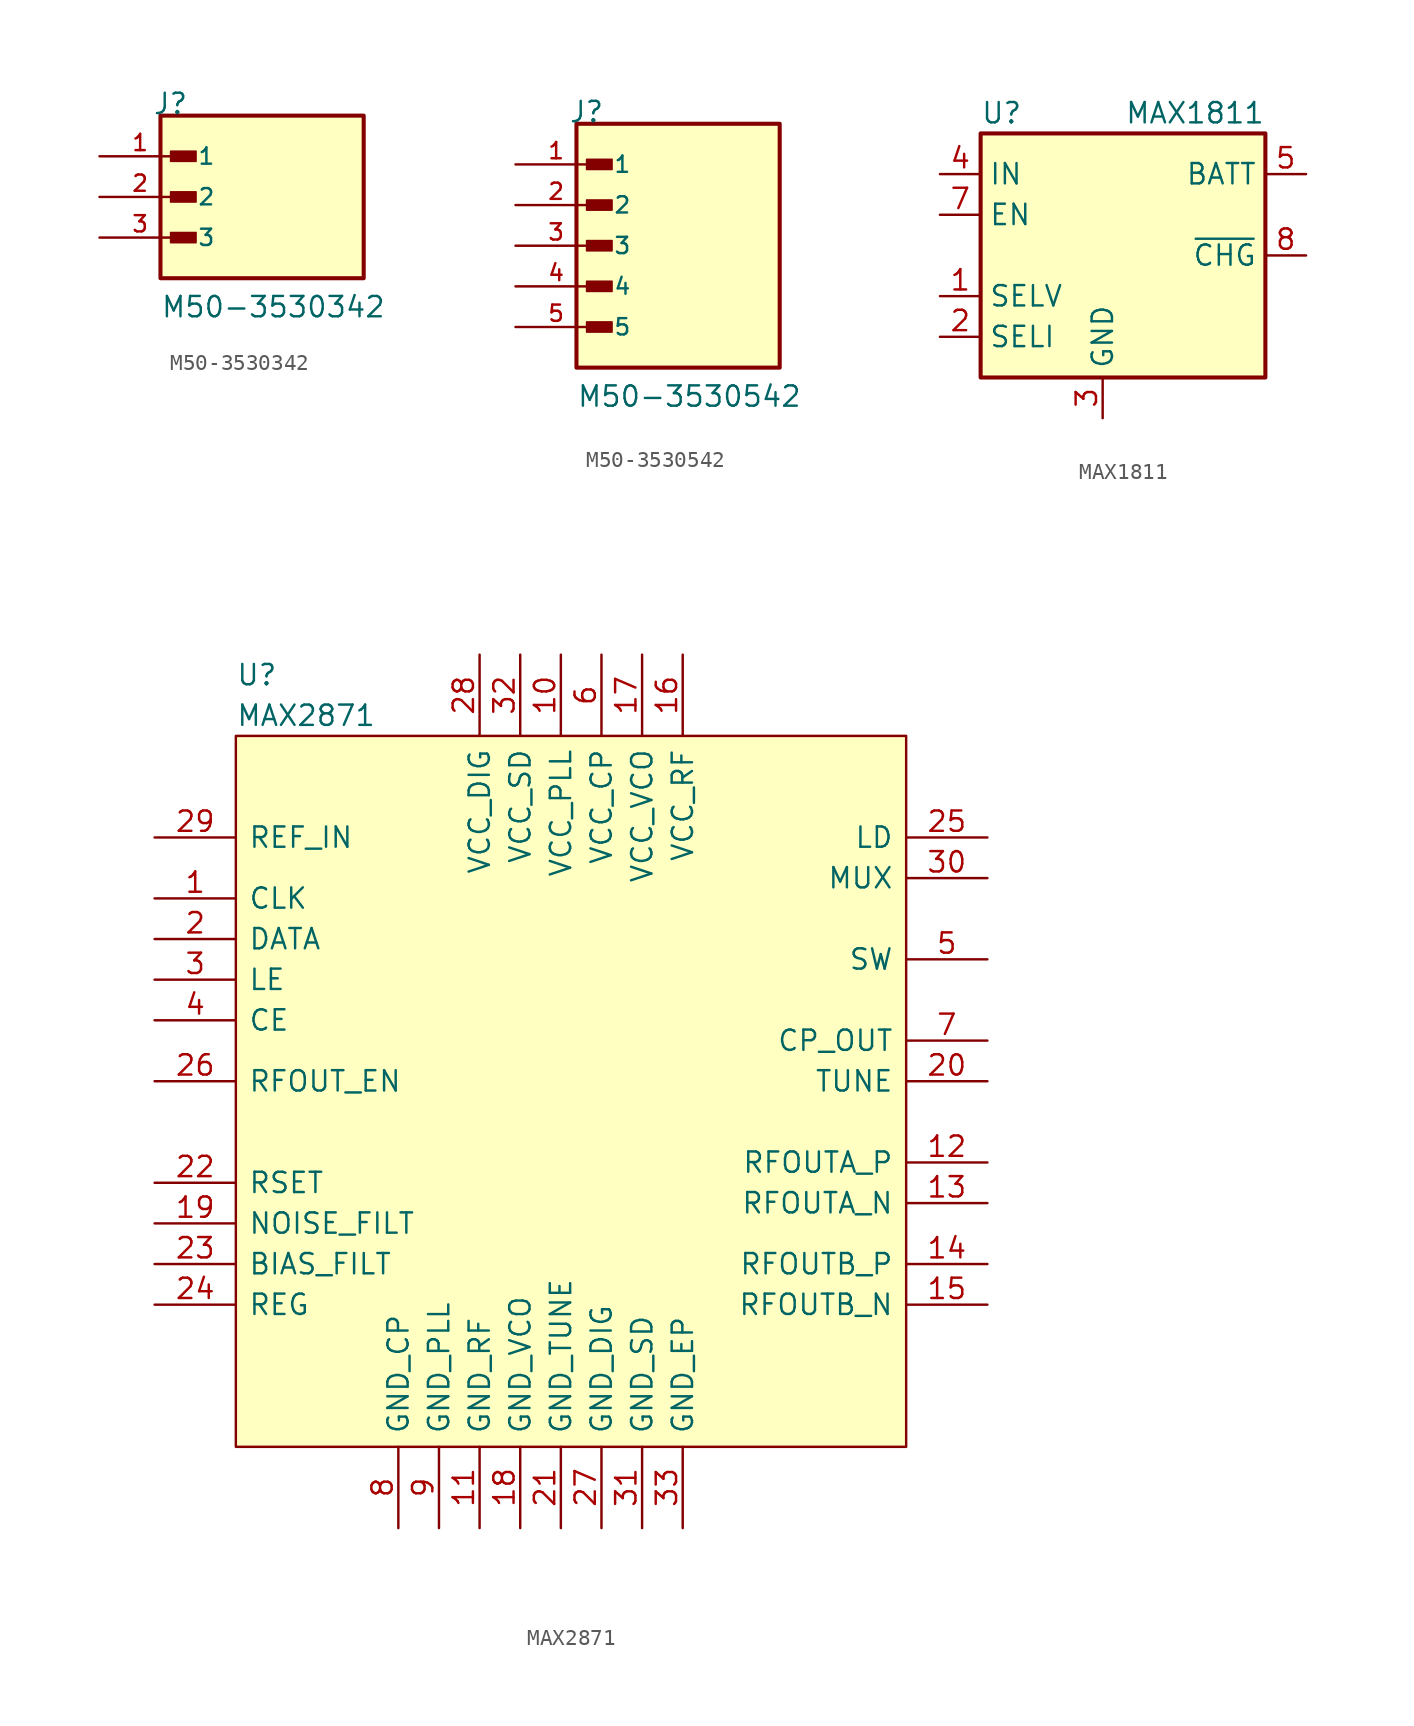
<source format=kicad_sym>
(kicad_symbol_lib
  (version 20231120)
  (generator "kicad_symbol_editor")
  (generator_version "8.0")
  (symbol "M50-3530342"
    (pin_names
      (offset 1.016))
    (property "Reference" "J"
      (at -6.85 5.08 0)
      (effects (font (size 1.27 1.27)) (justify left bottom)))
    (property "Value" "M50-3530342"
      (at -6.35 -7.62 0)
      (effects (font (size 1.27 1.27)) (justify left bottom)))
    (symbol "M50-3530342_0_0"
      (rectangle (start -6.35 -5.08) (end 6.35 5.08) (stroke (width 0.254) (type default)) (fill (type background)))
      (rectangle (start -5.715 -2.857) (end -4.128 -2.223) (stroke (width 0.1) (type default)) (fill (type outline)))
      (rectangle (start -5.715 -0.318) (end -4.128 0.318) (stroke (width 0.1) (type default)) (fill (type outline)))
      (rectangle (start -5.715 2.223) (end -4.128 2.857) (stroke (width 0.1) (type default)) (fill (type outline)))
      (pin passive line (at -10.16 2.54 0) (length 5.08) (name "1" (effects (font (size 1.016 1.016)))) (number "1" (effects (font (size 1.016 1.016)))))
      (pin passive line (at -10.16 0 0) (length 5.08) (name "2" (effects (font (size 1.016 1.016)))) (number "2" (effects (font (size 1.016 1.016)))))
      (pin passive line (at -10.16 -2.54 0) (length 5.08) (name "3" (effects (font (size 1.016 1.016)))) (number "3" (effects (font (size 1.016 1.016)))))))
  (symbol "M50-3530542"
    (pin_names
      (offset 1.016))
    (property "Reference" "J"
      (at -6.85 7.62 0)
      (effects (font (size 1.27 1.27)) (justify left bottom)))
    (property "Value" "M50-3530542"
      (at -6.35 -10.16 0)
      (effects (font (size 1.27 1.27)) (justify left bottom)))
    (symbol "M50-3530542_0_0"
      (rectangle (start -6.35 -7.62) (end 6.35 7.62) (stroke (width 0.254) (type default)) (fill (type background)))
      (rectangle (start -5.715 -5.397) (end -4.128 -4.763) (stroke (width 0.1) (type default)) (fill (type outline)))
      (rectangle (start -5.715 -2.857) (end -4.128 -2.223) (stroke (width 0.1) (type default)) (fill (type outline)))
      (rectangle (start -5.715 -0.318) (end -4.128 0.318) (stroke (width 0.1) (type default)) (fill (type outline)))
      (rectangle (start -5.715 2.223) (end -4.128 2.857) (stroke (width 0.1) (type default)) (fill (type outline)))
      (rectangle (start -5.715 4.763) (end -4.128 5.397) (stroke (width 0.1) (type default)) (fill (type outline)))
      (pin passive line (at -10.16 5.08 0) (length 5.08) (name "1" (effects (font (size 1.016 1.016)))) (number "1" (effects (font (size 1.016 1.016)))))
      (pin passive line (at -10.16 2.54 0) (length 5.08) (name "2" (effects (font (size 1.016 1.016)))) (number "2" (effects (font (size 1.016 1.016)))))
      (pin passive line (at -10.16 0 0) (length 5.08) (name "3" (effects (font (size 1.016 1.016)))) (number "3" (effects (font (size 1.016 1.016)))))
      (pin passive line (at -10.16 -2.54 0) (length 5.08) (name "4" (effects (font (size 1.016 1.016)))) (number "4" (effects (font (size 1.016 1.016)))))
      (pin passive line (at -10.16 -5.08 0) (length 5.08) (name "5" (effects (font (size 1.016 1.016)))) (number "5" (effects (font (size 1.016 1.016)))))))
  (symbol "MAX1811"
    (property "Reference" "U"
      (at -7.62 8.89 0)
      (effects (font (size 1.27 1.27)) (justify left)))
    (property "Value" "MAX1811"
      (at 10.16 8.89 0)
      (effects (font (size 1.27 1.27)) (justify right)))
    (symbol "MAX1811_0_1"
      (rectangle (start -7.62 7.62) (end 10.16 -7.62) (stroke (width 0.254) (type default)) (fill (type background))))
    (symbol "MAX1811_1_1"
      (pin input line (at -10.16 -2.54 0) (length 2.54) (name "SELV" (effects (font (size 1.27 1.27)))) (number "1" (effects (font (size 1.27 1.27)))))
      (pin input line (at -10.16 -5.08 0) (length 2.54) (name "SELI" (effects (font (size 1.27 1.27)))) (number "2" (effects (font (size 1.27 1.27)))))
      (pin power_in line (at 0 -10.16 90) (length 2.54) (name "GND" (effects (font (size 1.27 1.27)))) (number "3" (effects (font (size 1.27 1.27)))))
      (pin power_in line (at -10.16 5.08 0) (length 2.54) (name "IN" (effects (font (size 1.27 1.27)))) (number "4" (effects (font (size 1.27 1.27)))))
      (pin power_out line (at 12.7 5.08 180) (length 2.54) (name "BATT" (effects (font (size 1.27 1.27)))) (number "5" (effects (font (size 1.27 1.27)))))
      (pin passive line (at 0 -10.16 90) (length 2.54) hide (name "GND" (effects (font (size 1.27 1.27)))) (number "6" (effects (font (size 1.27 1.27)))))
      (pin input line (at -10.16 2.54 0) (length 2.54) (name "EN" (effects (font (size 1.27 1.27)))) (number "7" (effects (font (size 1.27 1.27)))))
      (pin open_collector line (at 12.7 0 180) (length 2.54) (name "~{CHG}" (effects (font (size 1.27 1.27)))) (number "8" (effects (font (size 1.27 1.27)))))))
  (symbol "MAX2871"
    (pin_names
      (offset 0.762))
    (property "Reference" "U"
      (at -20.32 25.4 0)
      (effects (font (size 1.27 1.27)) (justify left)))
    (property "Value" "MAX2871"
      (at -20.32 22.86 0)
      (effects (font (size 1.27 1.27)) (justify left)))
    (symbol "MAX2871_0_0"
      (pin bidirectional line (at -25.4 11.43 0) (length 5.08) (name "CLK" (effects (font (size 1.27 1.27)))) (number "1" (effects (font (size 1.27 1.27)))))
      (pin power_in line (at 0 26.67 270) (length 5.08) (name "VCC_PLL" (effects (font (size 1.27 1.27)))) (number "10" (effects (font (size 1.27 1.27)))))
      (pin power_in line (at -5.08 -27.94 90) (length 5.08) (name "GND_RF" (effects (font (size 1.27 1.27)))) (number "11" (effects (font (size 1.27 1.27)))))
      (pin bidirectional line (at 26.67 -5.08 180) (length 5.08) (name "RFOUTA_P" (effects (font (size 1.27 1.27)))) (number "12" (effects (font (size 1.27 1.27)))))
      (pin bidirectional line (at 26.67 -7.62 180) (length 5.08) (name "RFOUTA_N" (effects (font (size 1.27 1.27)))) (number "13" (effects (font (size 1.27 1.27)))))
      (pin bidirectional line (at 26.67 -11.43 180) (length 5.08) (name "RFOUTB_P" (effects (font (size 1.27 1.27)))) (number "14" (effects (font (size 1.27 1.27)))))
      (pin bidirectional line (at 26.67 -13.97 180) (length 5.08) (name "RFOUTB_N" (effects (font (size 1.27 1.27)))) (number "15" (effects (font (size 1.27 1.27)))))
      (pin power_in line (at 7.62 26.67 270) (length 5.08) (name "VCC_RF" (effects (font (size 1.27 1.27)))) (number "16" (effects (font (size 1.27 1.27)))))
      (pin power_in line (at -2.54 -27.94 90) (length 5.08) (name "GND_VCO" (effects (font (size 1.27 1.27)))) (number "18" (effects (font (size 1.27 1.27)))))
      (pin bidirectional line (at -25.4 -8.89 0) (length 5.08) (name "NOISE_FILT" (effects (font (size 1.27 1.27)))) (number "19" (effects (font (size 1.27 1.27)))))
      (pin bidirectional line (at -25.4 8.89 0) (length 5.08) (name "DATA" (effects (font (size 1.27 1.27)))) (number "2" (effects (font (size 1.27 1.27)))))
      (pin bidirectional line (at 26.67 0 180) (length 5.08) (name "TUNE" (effects (font (size 1.27 1.27)))) (number "20" (effects (font (size 1.27 1.27)))))
      (pin power_in line (at 0 -27.94 90) (length 5.08) (name "GND_TUNE" (effects (font (size 1.27 1.27)))) (number "21" (effects (font (size 1.27 1.27)))))
      (pin bidirectional line (at -25.4 -6.35 0) (length 5.08) (name "RSET" (effects (font (size 1.27 1.27)))) (number "22" (effects (font (size 1.27 1.27)))))
      (pin bidirectional line (at -25.4 -11.43 0) (length 5.08) (name "BIAS_FILT" (effects (font (size 1.27 1.27)))) (number "23" (effects (font (size 1.27 1.27)))))
      (pin bidirectional line (at -25.4 -13.97 0) (length 5.08) (name "REG" (effects (font (size 1.27 1.27)))) (number "24" (effects (font (size 1.27 1.27)))))
      (pin bidirectional line (at 26.67 15.24 180) (length 5.08) (name "LD" (effects (font (size 1.27 1.27)))) (number "25" (effects (font (size 1.27 1.27)))))
      (pin bidirectional line (at -25.4 0 0) (length 5.08) (name "RFOUT_EN" (effects (font (size 1.27 1.27)))) (number "26" (effects (font (size 1.27 1.27)))))
      (pin power_in line (at 2.54 -27.94 90) (length 5.08) (name "GND_DIG" (effects (font (size 1.27 1.27)))) (number "27" (effects (font (size 1.27 1.27)))))
      (pin power_in line (at -5.08 26.67 270) (length 5.08) (name "VCC_DIG" (effects (font (size 1.27 1.27)))) (number "28" (effects (font (size 1.27 1.27)))))
      (pin bidirectional line (at -25.4 15.24 0) (length 5.08) (name "REF_IN" (effects (font (size 1.27 1.27)))) (number "29" (effects (font (size 1.27 1.27)))))
      (pin bidirectional line (at -25.4 6.35 0) (length 5.08) (name "LE" (effects (font (size 1.27 1.27)))) (number "3" (effects (font (size 1.27 1.27)))))
      (pin bidirectional line (at 26.67 12.7 180) (length 5.08) (name "MUX" (effects (font (size 1.27 1.27)))) (number "30" (effects (font (size 1.27 1.27)))))
      (pin power_in line (at 5.08 -27.94 90) (length 5.08) (name "GND_SD" (effects (font (size 1.27 1.27)))) (number "31" (effects (font (size 1.27 1.27)))))
      (pin power_in line (at -2.54 26.67 270) (length 5.08) (name "VCC_SD" (effects (font (size 1.27 1.27)))) (number "32" (effects (font (size 1.27 1.27)))))
      (pin power_in line (at 7.62 -27.94 90) (length 5.08) (name "GND_EP" (effects (font (size 1.27 1.27)))) (number "33" (effects (font (size 1.27 1.27)))))
      (pin bidirectional line (at -25.4 3.81 0) (length 5.08) (name "CE" (effects (font (size 1.27 1.27)))) (number "4" (effects (font (size 1.27 1.27)))))
      (pin bidirectional line (at 26.67 7.62 180) (length 5.08) (name "SW" (effects (font (size 1.27 1.27)))) (number "5" (effects (font (size 1.27 1.27)))))
      (pin power_in line (at 2.54 26.67 270) (length 5.08) (name "VCC_CP" (effects (font (size 1.27 1.27)))) (number "6" (effects (font (size 1.27 1.27)))))
      (pin bidirectional line (at 26.67 2.54 180) (length 5.08) (name "CP_OUT" (effects (font (size 1.27 1.27)))) (number "7" (effects (font (size 1.27 1.27)))))
      (pin power_in line (at -10.16 -27.94 90) (length 5.08) (name "GND_CP" (effects (font (size 1.27 1.27)))) (number "8" (effects (font (size 1.27 1.27)))))
      (pin power_in line (at -7.62 -27.94 90) (length 5.08) (name "GND_PLL" (effects (font (size 1.27 1.27)))) (number "9" (effects (font (size 1.27 1.27))))))
    (symbol "MAX2871_0_1"
      (polyline (pts (xy -20.32 21.59) (xy 10.16 21.59) (xy 21.59 21.59) (xy 21.59 -22.86) (xy -20.32 -22.86) (xy -20.32 21.59)) (stroke (width 0.152) (type default)) (fill (type background))))
    (symbol "MAX2871_1_0"
      (pin power_in line (at 5.08 26.67 270) (length 5.08) (name "VCC_VCO" (effects (font (size 1.27 1.27)))) (number "17" (effects (font (size 1.27 1.27))))))))
</source>
